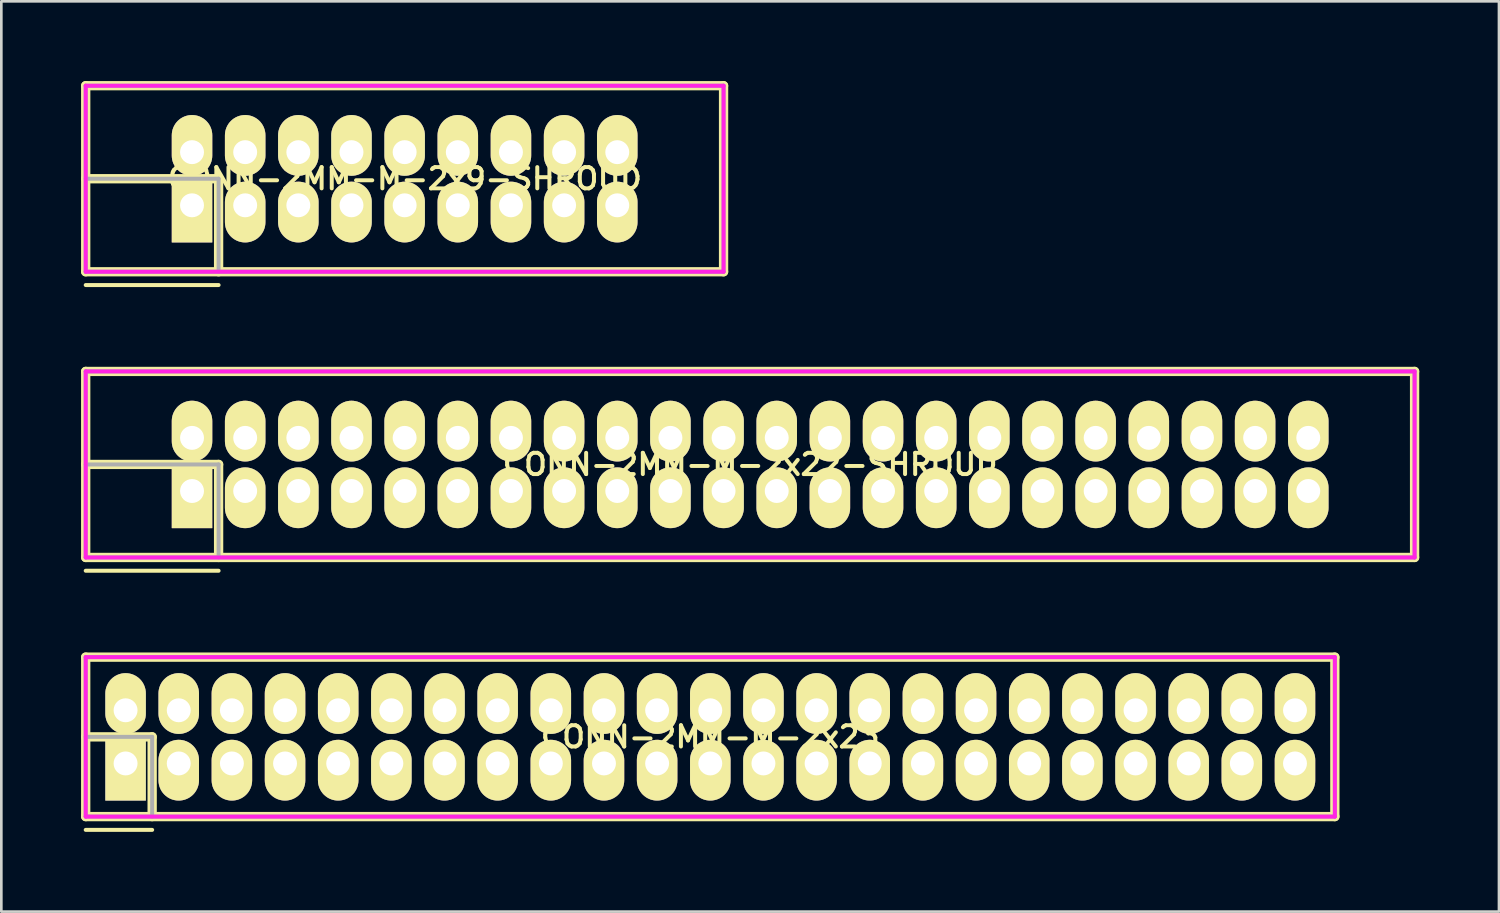
<source format=kicad_pcb>
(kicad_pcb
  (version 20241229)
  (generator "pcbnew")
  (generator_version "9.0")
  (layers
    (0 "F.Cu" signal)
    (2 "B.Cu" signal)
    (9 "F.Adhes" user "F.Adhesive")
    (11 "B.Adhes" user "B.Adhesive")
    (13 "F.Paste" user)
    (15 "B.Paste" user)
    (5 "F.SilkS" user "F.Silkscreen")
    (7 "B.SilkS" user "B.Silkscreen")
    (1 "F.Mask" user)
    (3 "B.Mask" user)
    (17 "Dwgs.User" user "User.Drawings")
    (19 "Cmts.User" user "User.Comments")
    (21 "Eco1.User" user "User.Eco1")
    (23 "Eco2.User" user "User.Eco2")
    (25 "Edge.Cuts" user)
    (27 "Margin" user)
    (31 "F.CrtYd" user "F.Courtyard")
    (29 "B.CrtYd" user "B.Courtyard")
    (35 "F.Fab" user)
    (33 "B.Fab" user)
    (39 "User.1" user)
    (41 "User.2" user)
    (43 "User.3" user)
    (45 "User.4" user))
  (footprint "CONN-2MM-M-2x9-SHROUD"
    (layer "F.Cu")
    (at 12.175 3.675)
    (property "Reference" "CONN-2MM-M-2x9-SHROUD" (at 0 0 0) (layer "F.SilkS") (effects (font (size 0.8 0.8) (thickness 0.15))))
    (attr through_hole)
    (fp_line (start -12 -3.5) (end 12 -3.5) (stroke (width 0.35) (type solid)) (layer "F.SilkS"))
    (fp_line (start -12 0) (end -7 0) (stroke (width 0.35) (type solid)) (layer "F.SilkS"))
    (fp_line (start -12 3.5) (end -12 -3.5) (stroke (width 0.35) (type solid)) (layer "F.SilkS"))
    (fp_line (start -12 4) (end -7 4) (stroke (width 0.15) (type solid)) (layer "F.SilkS"))
    (fp_line (start -7 0) (end -7 3.5) (stroke (width 0.35) (type solid)) (layer "F.SilkS"))
    (fp_line (start 12 -3.5) (end 12 3.5) (stroke (width 0.35) (type solid)) (layer "F.SilkS"))
    (fp_line (start 12 3.5) (end -12 3.5) (stroke (width 0.35) (type solid)) (layer "F.SilkS"))
    (fp_line (start -12 -3.5) (end 12 -3.5) (stroke (width 0.15) (type solid)) (layer "F.CrtYd"))
    (fp_line (start -12 3.5) (end -12 -3.5) (stroke (width 0.15) (type solid)) (layer "F.CrtYd"))
    (fp_line (start 12 -3.5) (end 12 3.5) (stroke (width 0.15) (type solid)) (layer "F.CrtYd"))
    (fp_line (start 12 3.5) (end -12 3.5) (stroke (width 0.15) (type solid)) (layer "F.CrtYd"))
    (fp_line (start -12 -3.5) (end 12 -3.5) (stroke (width 0.15) (type solid)) (layer "F.Fab"))
    (fp_line (start -12 0) (end -7 0) (stroke (width 0.15) (type solid)) (layer "F.Fab"))
    (fp_line (start -12 3.5) (end -12 -3.5) (stroke (width 0.15) (type solid)) (layer "F.Fab"))
    (fp_line (start -7 0) (end -7 3.5) (stroke (width 0.15) (type solid)) (layer "F.Fab"))
    (fp_line (start 12 -3.5) (end 12 3.5) (stroke (width 0.15) (type solid)) (layer "F.Fab"))
    (fp_line (start 12 3.5) (end -12 3.5) (stroke (width 0.15) (type solid)) (layer "F.Fab"))
    (pad "1" thru_hole rect (at -8 1) (size 1.524 2.286) (drill 0.9 (offset 0 0.254)) (layers "*.Cu" "*.Mask" "F.SilkS"))
    (pad "2" thru_hole oval (at -8 -1) (size 1.524 2.286) (drill 0.9 (offset 0 -0.254)) (layers "*.Cu" "*.Mask" "F.SilkS"))
    (pad "3" thru_hole oval (at -6 1) (size 1.524 2.286) (drill 0.9 (offset 0 0.254)) (layers "*.Cu" "*.Mask" "F.SilkS"))
    (pad "4" thru_hole oval (at -6 -1) (size 1.524 2.286) (drill 0.9 (offset 0 -0.254)) (layers "*.Cu" "*.Mask" "F.SilkS"))
    (pad "5" thru_hole oval (at -4 1) (size 1.524 2.286) (drill 0.9 (offset 0 0.254)) (layers "*.Cu" "*.Mask" "F.SilkS"))
    (pad "6" thru_hole oval (at -4 -1) (size 1.524 2.286) (drill 0.9 (offset 0 -0.254)) (layers "*.Cu" "*.Mask" "F.SilkS"))
    (pad "7" thru_hole oval (at -2 1) (size 1.524 2.286) (drill 0.9 (offset 0 0.254)) (layers "*.Cu" "*.Mask" "F.SilkS"))
    (pad "8" thru_hole oval (at -2 -1) (size 1.524 2.286) (drill 0.9 (offset 0 -0.254)) (layers "*.Cu" "*.Mask" "F.SilkS"))
    (pad "9" thru_hole oval (at 0 1) (size 1.524 2.286) (drill 0.9 (offset 0 0.254)) (layers "*.Cu" "*.Mask" "F.SilkS"))
    (pad "10" thru_hole oval (at 0 -1) (size 1.524 2.286) (drill 0.9 (offset 0 -0.254)) (layers "*.Cu" "*.Mask" "F.SilkS"))
    (pad "11" thru_hole oval (at 2 1) (size 1.524 2.286) (drill 0.9 (offset 0 0.254)) (layers "*.Cu" "*.Mask" "F.SilkS"))
    (pad "12" thru_hole oval (at 2 -1) (size 1.524 2.286) (drill 0.9 (offset 0 -0.254)) (layers "*.Cu" "*.Mask" "F.SilkS"))
    (pad "13" thru_hole oval (at 4 1) (size 1.524 2.286) (drill 0.9 (offset 0 0.254)) (layers "*.Cu" "*.Mask" "F.SilkS"))
    (pad "14" thru_hole oval (at 4 -1) (size 1.524 2.286) (drill 0.9 (offset 0 -0.254)) (layers "*.Cu" "*.Mask" "F.SilkS"))
    (pad "15" thru_hole oval (at 6 1) (size 1.524 2.286) (drill 0.9 (offset 0 0.254)) (layers "*.Cu" "*.Mask" "F.SilkS"))
    (pad "16" thru_hole oval (at 6 -1) (size 1.524 2.286) (drill 0.9 (offset 0 -0.254)) (layers "*.Cu" "*.Mask" "F.SilkS"))
    (pad "17" thru_hole oval (at 8 1) (size 1.524 2.286) (drill 0.9 (offset 0 0.254)) (layers "*.Cu" "*.Mask" "F.SilkS"))
    (pad "18" thru_hole oval (at 8 -1) (size 1.524 2.286) (drill 0.9 (offset 0 -0.254)) (layers "*.Cu" "*.Mask" "F.SilkS")))
  (footprint "CONN-2MM-M-2x23"
    (layer "F.Cu")
    (at 23.675 24.675)
    (property "Reference" "CONN-2MM-M-2x23" (at 0 0 0) (layer "F.SilkS") (effects (font (size 0.8 0.8) (thickness 0.15))))
    (attr through_hole)
    (fp_line (start -23.5 -3) (end 23.5 -3) (stroke (width 0.35) (type solid)) (layer "F.SilkS"))
    (fp_line (start -23.5 0) (end -21 0) (stroke (width 0.35) (type solid)) (layer "F.SilkS"))
    (fp_line (start -23.5 3) (end -23.5 -3) (stroke (width 0.35) (type solid)) (layer "F.SilkS"))
    (fp_line (start -23.5 3.5) (end -21 3.5) (stroke (width 0.15) (type solid)) (layer "F.SilkS"))
    (fp_line (start -21 0) (end -21 3) (stroke (width 0.35) (type solid)) (layer "F.SilkS"))
    (fp_line (start 23.5 -3) (end 23.5 3) (stroke (width 0.35) (type solid)) (layer "F.SilkS"))
    (fp_line (start 23.5 3) (end -23.5 3) (stroke (width 0.35) (type solid)) (layer "F.SilkS"))
    (fp_line (start -23.5 -3) (end 23.5 -3) (stroke (width 0.15) (type solid)) (layer "F.CrtYd"))
    (fp_line (start -23.5 3) (end -23.5 -3) (stroke (width 0.15) (type solid)) (layer "F.CrtYd"))
    (fp_line (start 23.5 -3) (end 23.5 3) (stroke (width 0.15) (type solid)) (layer "F.CrtYd"))
    (fp_line (start 23.5 3) (end -23.5 3) (stroke (width 0.15) (type solid)) (layer "F.CrtYd"))
    (fp_line (start -23.5 -3) (end 23.5 -3) (stroke (width 0.15) (type solid)) (layer "F.Fab"))
    (fp_line (start -23.5 0) (end -21 0) (stroke (width 0.15) (type solid)) (layer "F.Fab"))
    (fp_line (start -23.5 3) (end -23.5 -3) (stroke (width 0.15) (type solid)) (layer "F.Fab"))
    (fp_line (start -21 0) (end -21 3) (stroke (width 0.15) (type solid)) (layer "F.Fab"))
    (fp_line (start 23.5 -3) (end 23.5 3) (stroke (width 0.15) (type solid)) (layer "F.Fab"))
    (fp_line (start 23.5 3) (end -23.5 3) (stroke (width 0.15) (type solid)) (layer "F.Fab"))
    (pad "1" thru_hole rect (at -22 1) (size 1.524 2.286) (drill 0.9 (offset 0 0.254)) (layers "*.Cu" "*.Mask" "F.SilkS"))
    (pad "2" thru_hole oval (at -22 -1) (size 1.524 2.286) (drill 0.9 (offset 0 -0.254)) (layers "*.Cu" "*.Mask" "F.SilkS"))
    (pad "3" thru_hole oval (at -20 1) (size 1.524 2.286) (drill 0.9 (offset 0 0.254)) (layers "*.Cu" "*.Mask" "F.SilkS"))
    (pad "4" thru_hole oval (at -20 -1) (size 1.524 2.286) (drill 0.9 (offset 0 -0.254)) (layers "*.Cu" "*.Mask" "F.SilkS"))
    (pad "5" thru_hole oval (at -18 1) (size 1.524 2.286) (drill 0.9 (offset 0 0.254)) (layers "*.Cu" "*.Mask" "F.SilkS"))
    (pad "6" thru_hole oval (at -18 -1) (size 1.524 2.286) (drill 0.9 (offset 0 -0.254)) (layers "*.Cu" "*.Mask" "F.SilkS"))
    (pad "7" thru_hole oval (at -16 1) (size 1.524 2.286) (drill 0.9 (offset 0 0.254)) (layers "*.Cu" "*.Mask" "F.SilkS"))
    (pad "8" thru_hole oval (at -16 -1) (size 1.524 2.286) (drill 0.9 (offset 0 -0.254)) (layers "*.Cu" "*.Mask" "F.SilkS"))
    (pad "9" thru_hole oval (at -14 1) (size 1.524 2.286) (drill 0.9 (offset 0 0.254)) (layers "*.Cu" "*.Mask" "F.SilkS"))
    (pad "10" thru_hole oval (at -14 -1) (size 1.524 2.286) (drill 0.9 (offset 0 -0.254)) (layers "*.Cu" "*.Mask" "F.SilkS"))
    (pad "11" thru_hole oval (at -12 1) (size 1.524 2.286) (drill 0.9 (offset 0 0.254)) (layers "*.Cu" "*.Mask" "F.SilkS"))
    (pad "12" thru_hole oval (at -12 -1) (size 1.524 2.286) (drill 0.9 (offset 0 -0.254)) (layers "*.Cu" "*.Mask" "F.SilkS"))
    (pad "13" thru_hole oval (at -10 1) (size 1.524 2.286) (drill 0.9 (offset 0 0.254)) (layers "*.Cu" "*.Mask" "F.SilkS"))
    (pad "14" thru_hole oval (at -10 -1) (size 1.524 2.286) (drill 0.9 (offset 0 -0.254)) (layers "*.Cu" "*.Mask" "F.SilkS"))
    (pad "15" thru_hole oval (at -8 1) (size 1.524 2.286) (drill 0.9 (offset 0 0.254)) (layers "*.Cu" "*.Mask" "F.SilkS"))
    (pad "16" thru_hole oval (at -8 -1) (size 1.524 2.286) (drill 0.9 (offset 0 -0.254)) (layers "*.Cu" "*.Mask" "F.SilkS"))
    (pad "17" thru_hole oval (at -6 1) (size 1.524 2.286) (drill 0.9 (offset 0 0.254)) (layers "*.Cu" "*.Mask" "F.SilkS"))
    (pad "18" thru_hole oval (at -6 -1) (size 1.524 2.286) (drill 0.9 (offset 0 -0.254)) (layers "*.Cu" "*.Mask" "F.SilkS"))
    (pad "19" thru_hole oval (at -4 1) (size 1.524 2.286) (drill 0.9 (offset 0 0.254)) (layers "*.Cu" "*.Mask" "F.SilkS"))
    (pad "20" thru_hole oval (at -4 -1) (size 1.524 2.286) (drill 0.9 (offset 0 -0.254)) (layers "*.Cu" "*.Mask" "F.SilkS"))
    (pad "21" thru_hole oval (at -2 1) (size 1.524 2.286) (drill 0.9 (offset 0 0.254)) (layers "*.Cu" "*.Mask" "F.SilkS"))
    (pad "22" thru_hole oval (at -2 -1) (size 1.524 2.286) (drill 0.9 (offset 0 -0.254)) (layers "*.Cu" "*.Mask" "F.SilkS"))
    (pad "23" thru_hole oval (at 0 1) (size 1.524 2.286) (drill 0.9 (offset 0 0.254)) (layers "*.Cu" "*.Mask" "F.SilkS"))
    (pad "24" thru_hole oval (at 0 -1) (size 1.524 2.286) (drill 0.9 (offset 0 -0.254)) (layers "*.Cu" "*.Mask" "F.SilkS"))
    (pad "25" thru_hole oval (at 2 1) (size 1.524 2.286) (drill 0.9 (offset 0 0.254)) (layers "*.Cu" "*.Mask" "F.SilkS"))
    (pad "26" thru_hole oval (at 2 -1) (size 1.524 2.286) (drill 0.9 (offset 0 -0.254)) (layers "*.Cu" "*.Mask" "F.SilkS"))
    (pad "27" thru_hole oval (at 4 1) (size 1.524 2.286) (drill 0.9 (offset 0 0.254)) (layers "*.Cu" "*.Mask" "F.SilkS"))
    (pad "28" thru_hole oval (at 4 -1) (size 1.524 2.286) (drill 0.9 (offset 0 -0.254)) (layers "*.Cu" "*.Mask" "F.SilkS"))
    (pad "29" thru_hole oval (at 6 1) (size 1.524 2.286) (drill 0.9 (offset 0 0.254)) (layers "*.Cu" "*.Mask" "F.SilkS"))
    (pad "30" thru_hole oval (at 6 -1) (size 1.524 2.286) (drill 0.9 (offset 0 -0.254)) (layers "*.Cu" "*.Mask" "F.SilkS"))
    (pad "31" thru_hole oval (at 8 1) (size 1.524 2.286) (drill 0.9 (offset 0 0.254)) (layers "*.Cu" "*.Mask" "F.SilkS"))
    (pad "32" thru_hole oval (at 8 -1) (size 1.524 2.286) (drill 0.9 (offset 0 -0.254)) (layers "*.Cu" "*.Mask" "F.SilkS"))
    (pad "33" thru_hole oval (at 10 1) (size 1.524 2.286) (drill 0.9 (offset 0 0.254)) (layers "*.Cu" "*.Mask" "F.SilkS"))
    (pad "34" thru_hole oval (at 10 -1) (size 1.524 2.286) (drill 0.9 (offset 0 -0.254)) (layers "*.Cu" "*.Mask" "F.SilkS"))
    (pad "35" thru_hole oval (at 12 1) (size 1.524 2.286) (drill 0.9 (offset 0 0.254)) (layers "*.Cu" "*.Mask" "F.SilkS"))
    (pad "36" thru_hole oval (at 12 -1) (size 1.524 2.286) (drill 0.9 (offset 0 -0.254)) (layers "*.Cu" "*.Mask" "F.SilkS"))
    (pad "37" thru_hole oval (at 14 1) (size 1.524 2.286) (drill 0.9 (offset 0 0.254)) (layers "*.Cu" "*.Mask" "F.SilkS"))
    (pad "38" thru_hole oval (at 14 -1) (size 1.524 2.286) (drill 0.9 (offset 0 -0.254)) (layers "*.Cu" "*.Mask" "F.SilkS"))
    (pad "39" thru_hole oval (at 16 1) (size 1.524 2.286) (drill 0.9 (offset 0 0.254)) (layers "*.Cu" "*.Mask" "F.SilkS"))
    (pad "40" thru_hole oval (at 16 -1) (size 1.524 2.286) (drill 0.9 (offset 0 -0.254)) (layers "*.Cu" "*.Mask" "F.SilkS"))
    (pad "41" thru_hole oval (at 18 1) (size 1.524 2.286) (drill 0.9 (offset 0 0.254)) (layers "*.Cu" "*.Mask" "F.SilkS"))
    (pad "42" thru_hole oval (at 18 -1) (size 1.524 2.286) (drill 0.9 (offset 0 -0.254)) (layers "*.Cu" "*.Mask" "F.SilkS"))
    (pad "43" thru_hole oval (at 20 1) (size 1.524 2.286) (drill 0.9 (offset 0 0.254)) (layers "*.Cu" "*.Mask" "F.SilkS"))
    (pad "44" thru_hole oval (at 20 -1) (size 1.524 2.286) (drill 0.9 (offset 0 -0.254)) (layers "*.Cu" "*.Mask" "F.SilkS"))
    (pad "45" thru_hole oval (at 22 1) (size 1.524 2.286) (drill 0.9 (offset 0 0.254)) (layers "*.Cu" "*.Mask" "F.SilkS"))
    (pad "46" thru_hole oval (at 22 -1) (size 1.524 2.286) (drill 0.9 (offset 0 -0.254)) (layers "*.Cu" "*.Mask" "F.SilkS")))
  (footprint "CONN-2MM-M-2x22-SHROUD"
    (layer "F.Cu")
    (at 25.175 14.425)
    (property "Reference" "CONN-2MM-M-2x22-SHROUD" (at 0 0 0) (layer "F.SilkS") (effects (font (size 0.8 0.8) (thickness 0.15))))
    (attr through_hole)
    (fp_line (start -25 -3.5) (end 25 -3.5) (stroke (width 0.35) (type solid)) (layer "F.SilkS"))
    (fp_line (start -25 0) (end -20 0) (stroke (width 0.35) (type solid)) (layer "F.SilkS"))
    (fp_line (start -25 3.5) (end -25 -3.5) (stroke (width 0.35) (type solid)) (layer "F.SilkS"))
    (fp_line (start -25 4) (end -20 4) (stroke (width 0.15) (type solid)) (layer "F.SilkS"))
    (fp_line (start -20 0) (end -20 3.5) (stroke (width 0.35) (type solid)) (layer "F.SilkS"))
    (fp_line (start 25 -3.5) (end 25 3.5) (stroke (width 0.35) (type solid)) (layer "F.SilkS"))
    (fp_line (start 25 3.5) (end -25 3.5) (stroke (width 0.35) (type solid)) (layer "F.SilkS"))
    (fp_line (start -25 -3.5) (end 25 -3.5) (stroke (width 0.15) (type solid)) (layer "F.CrtYd"))
    (fp_line (start -25 3.5) (end -25 -3.5) (stroke (width 0.15) (type solid)) (layer "F.CrtYd"))
    (fp_line (start 25 -3.5) (end 25 3.5) (stroke (width 0.15) (type solid)) (layer "F.CrtYd"))
    (fp_line (start 25 3.5) (end -25 3.5) (stroke (width 0.15) (type solid)) (layer "F.CrtYd"))
    (fp_line (start -25 -3.5) (end 25 -3.5) (stroke (width 0.15) (type solid)) (layer "F.Fab"))
    (fp_line (start -25 0) (end -20 0) (stroke (width 0.15) (type solid)) (layer "F.Fab"))
    (fp_line (start -25 3.5) (end -25 -3.5) (stroke (width 0.15) (type solid)) (layer "F.Fab"))
    (fp_line (start -20 0) (end -20 3.5) (stroke (width 0.15) (type solid)) (layer "F.Fab"))
    (fp_line (start 25 -3.5) (end 25 3.5) (stroke (width 0.15) (type solid)) (layer "F.Fab"))
    (fp_line (start 25 3.5) (end -25 3.5) (stroke (width 0.15) (type solid)) (layer "F.Fab"))
    (pad "1" thru_hole rect (at -21 1) (size 1.524 2.286) (drill 0.9 (offset 0 0.254)) (layers "*.Cu" "*.Mask" "F.SilkS"))
    (pad "2" thru_hole oval (at -21 -1) (size 1.524 2.286) (drill 0.9 (offset 0 -0.254)) (layers "*.Cu" "*.Mask" "F.SilkS"))
    (pad "3" thru_hole oval (at -19 1) (size 1.524 2.286) (drill 0.9 (offset 0 0.254)) (layers "*.Cu" "*.Mask" "F.SilkS"))
    (pad "4" thru_hole oval (at -19 -1) (size 1.524 2.286) (drill 0.9 (offset 0 -0.254)) (layers "*.Cu" "*.Mask" "F.SilkS"))
    (pad "5" thru_hole oval (at -17 1) (size 1.524 2.286) (drill 0.9 (offset 0 0.254)) (layers "*.Cu" "*.Mask" "F.SilkS"))
    (pad "6" thru_hole oval (at -17 -1) (size 1.524 2.286) (drill 0.9 (offset 0 -0.254)) (layers "*.Cu" "*.Mask" "F.SilkS"))
    (pad "7" thru_hole oval (at -15 1) (size 1.524 2.286) (drill 0.9 (offset 0 0.254)) (layers "*.Cu" "*.Mask" "F.SilkS"))
    (pad "8" thru_hole oval (at -15 -1) (size 1.524 2.286) (drill 0.9 (offset 0 -0.254)) (layers "*.Cu" "*.Mask" "F.SilkS"))
    (pad "9" thru_hole oval (at -13 1) (size 1.524 2.286) (drill 0.9 (offset 0 0.254)) (layers "*.Cu" "*.Mask" "F.SilkS"))
    (pad "10" thru_hole oval (at -13 -1) (size 1.524 2.286) (drill 0.9 (offset 0 -0.254)) (layers "*.Cu" "*.Mask" "F.SilkS"))
    (pad "11" thru_hole oval (at -11 1) (size 1.524 2.286) (drill 0.9 (offset 0 0.254)) (layers "*.Cu" "*.Mask" "F.SilkS"))
    (pad "12" thru_hole oval (at -11 -1) (size 1.524 2.286) (drill 0.9 (offset 0 -0.254)) (layers "*.Cu" "*.Mask" "F.SilkS"))
    (pad "13" thru_hole oval (at -9 1) (size 1.524 2.286) (drill 0.9 (offset 0 0.254)) (layers "*.Cu" "*.Mask" "F.SilkS"))
    (pad "14" thru_hole oval (at -9 -1) (size 1.524 2.286) (drill 0.9 (offset 0 -0.254)) (layers "*.Cu" "*.Mask" "F.SilkS"))
    (pad "15" thru_hole oval (at -7 1) (size 1.524 2.286) (drill 0.9 (offset 0 0.254)) (layers "*.Cu" "*.Mask" "F.SilkS"))
    (pad "16" thru_hole oval (at -7 -1) (size 1.524 2.286) (drill 0.9 (offset 0 -0.254)) (layers "*.Cu" "*.Mask" "F.SilkS"))
    (pad "17" thru_hole oval (at -5 1) (size 1.524 2.286) (drill 0.9 (offset 0 0.254)) (layers "*.Cu" "*.Mask" "F.SilkS"))
    (pad "18" thru_hole oval (at -5 -1) (size 1.524 2.286) (drill 0.9 (offset 0 -0.254)) (layers "*.Cu" "*.Mask" "F.SilkS"))
    (pad "19" thru_hole oval (at -3 1) (size 1.524 2.286) (drill 0.9 (offset 0 0.254)) (layers "*.Cu" "*.Mask" "F.SilkS"))
    (pad "20" thru_hole oval (at -3 -1) (size 1.524 2.286) (drill 0.9 (offset 0 -0.254)) (layers "*.Cu" "*.Mask" "F.SilkS"))
    (pad "21" thru_hole oval (at -1 1) (size 1.524 2.286) (drill 0.9 (offset 0 0.254)) (layers "*.Cu" "*.Mask" "F.SilkS"))
    (pad "22" thru_hole oval (at -1 -1) (size 1.524 2.286) (drill 0.9 (offset 0 -0.254)) (layers "*.Cu" "*.Mask" "F.SilkS"))
    (pad "23" thru_hole oval (at 1 1) (size 1.524 2.286) (drill 0.9 (offset 0 0.254)) (layers "*.Cu" "*.Mask" "F.SilkS"))
    (pad "24" thru_hole oval (at 1 -1) (size 1.524 2.286) (drill 0.9 (offset 0 -0.254)) (layers "*.Cu" "*.Mask" "F.SilkS"))
    (pad "25" thru_hole oval (at 3 1) (size 1.524 2.286) (drill 0.9 (offset 0 0.254)) (layers "*.Cu" "*.Mask" "F.SilkS"))
    (pad "26" thru_hole oval (at 3 -1) (size 1.524 2.286) (drill 0.9 (offset 0 -0.254)) (layers "*.Cu" "*.Mask" "F.SilkS"))
    (pad "27" thru_hole oval (at 5 1) (size 1.524 2.286) (drill 0.9 (offset 0 0.254)) (layers "*.Cu" "*.Mask" "F.SilkS"))
    (pad "28" thru_hole oval (at 5 -1) (size 1.524 2.286) (drill 0.9 (offset 0 -0.254)) (layers "*.Cu" "*.Mask" "F.SilkS"))
    (pad "29" thru_hole oval (at 7 1) (size 1.524 2.286) (drill 0.9 (offset 0 0.254)) (layers "*.Cu" "*.Mask" "F.SilkS"))
    (pad "30" thru_hole oval (at 7 -1) (size 1.524 2.286) (drill 0.9 (offset 0 -0.254)) (layers "*.Cu" "*.Mask" "F.SilkS"))
    (pad "31" thru_hole oval (at 9 1) (size 1.524 2.286) (drill 0.9 (offset 0 0.254)) (layers "*.Cu" "*.Mask" "F.SilkS"))
    (pad "32" thru_hole oval (at 9 -1) (size 1.524 2.286) (drill 0.9 (offset 0 -0.254)) (layers "*.Cu" "*.Mask" "F.SilkS"))
    (pad "33" thru_hole oval (at 11 1) (size 1.524 2.286) (drill 0.9 (offset 0 0.254)) (layers "*.Cu" "*.Mask" "F.SilkS"))
    (pad "34" thru_hole oval (at 11 -1) (size 1.524 2.286) (drill 0.9 (offset 0 -0.254)) (layers "*.Cu" "*.Mask" "F.SilkS"))
    (pad "35" thru_hole oval (at 13 1) (size 1.524 2.286) (drill 0.9 (offset 0 0.254)) (layers "*.Cu" "*.Mask" "F.SilkS"))
    (pad "36" thru_hole oval (at 13 -1) (size 1.524 2.286) (drill 0.9 (offset 0 -0.254)) (layers "*.Cu" "*.Mask" "F.SilkS"))
    (pad "37" thru_hole oval (at 15 1) (size 1.524 2.286) (drill 0.9 (offset 0 0.254)) (layers "*.Cu" "*.Mask" "F.SilkS"))
    (pad "38" thru_hole oval (at 15 -1) (size 1.524 2.286) (drill 0.9 (offset 0 -0.254)) (layers "*.Cu" "*.Mask" "F.SilkS"))
    (pad "39" thru_hole oval (at 17 1) (size 1.524 2.286) (drill 0.9 (offset 0 0.254)) (layers "*.Cu" "*.Mask" "F.SilkS"))
    (pad "40" thru_hole oval (at 17 -1) (size 1.524 2.286) (drill 0.9 (offset 0 -0.254)) (layers "*.Cu" "*.Mask" "F.SilkS"))
    (pad "41" thru_hole oval (at 19 1) (size 1.524 2.286) (drill 0.9 (offset 0 0.254)) (layers "*.Cu" "*.Mask" "F.SilkS"))
    (pad "42" thru_hole oval (at 19 -1) (size 1.524 2.286) (drill 0.9 (offset 0 -0.254)) (layers "*.Cu" "*.Mask" "F.SilkS"))
    (pad "43" thru_hole oval (at 21 1) (size 1.524 2.286) (drill 0.9 (offset 0 0.254)) (layers "*.Cu" "*.Mask" "F.SilkS"))
    (pad "44" thru_hole oval (at 21 -1) (size 1.524 2.286) (drill 0.9 (offset 0 -0.254)) (layers "*.Cu" "*.Mask" "F.SilkS")))
  (gr_rect
    (start -3 -3)
    (end 53.35 31.25)
    (stroke (width 0.1) (type default))
    (fill no)
    (layer "Edge.Cuts")))
</source>
